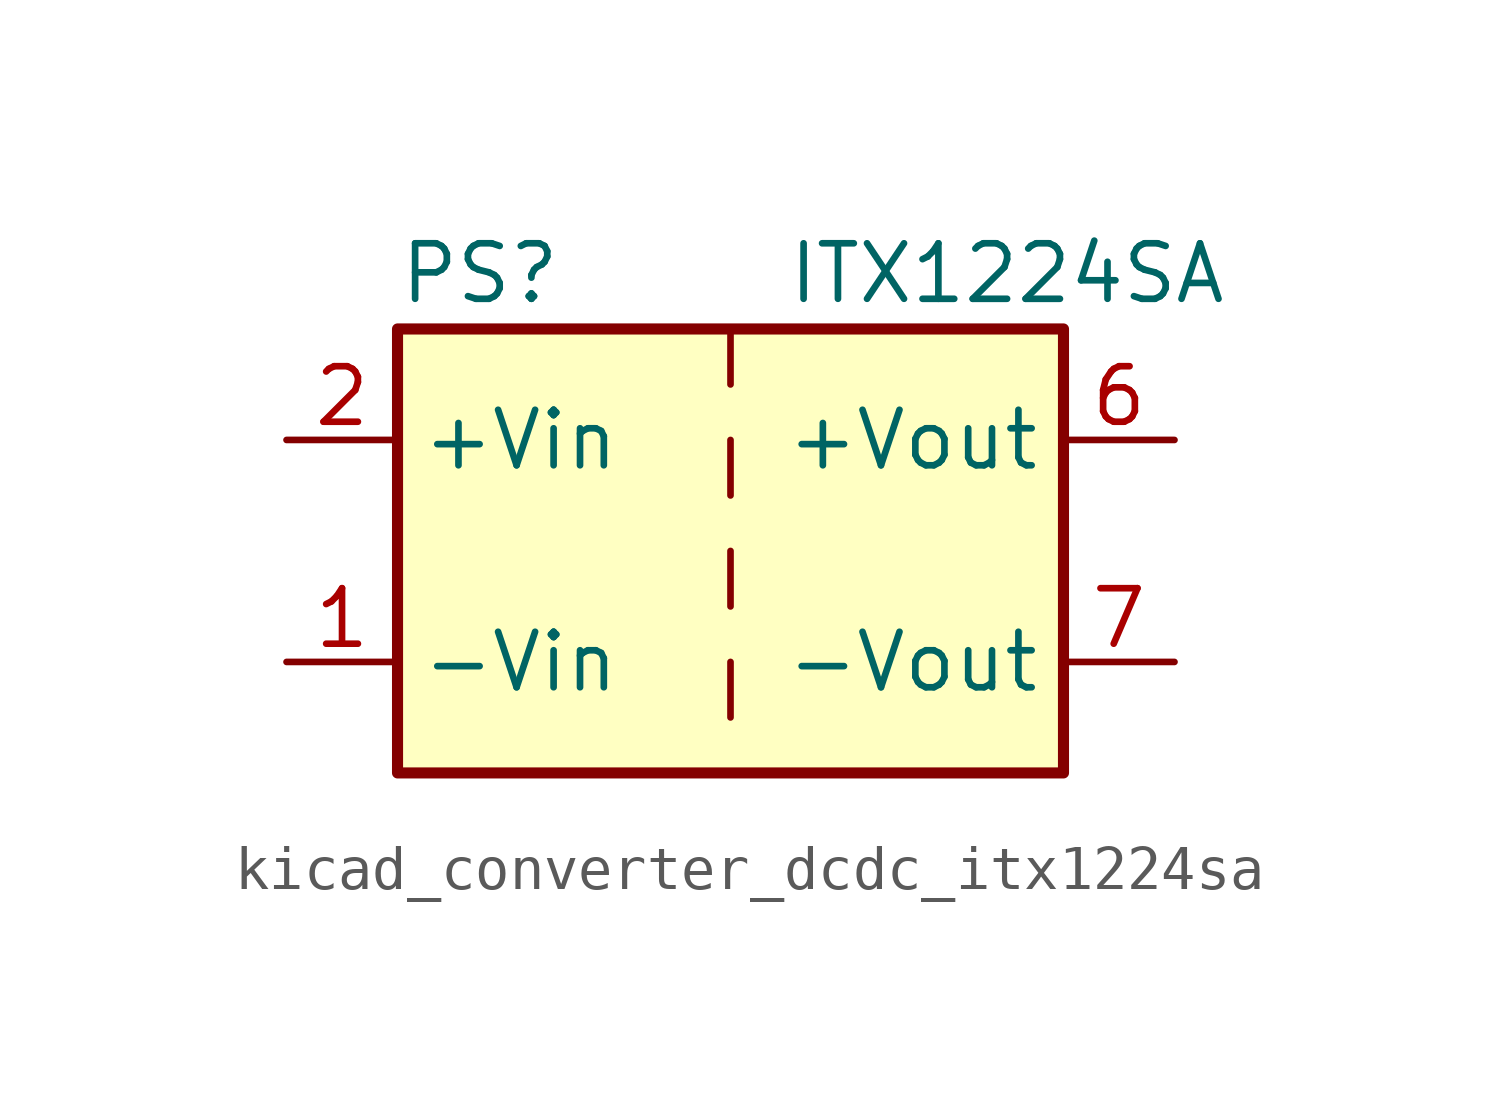
<source format=kicad_sym>
(kicad_symbol_lib
  (version 20220914)
  (generator kicad_symbol_editor)
  (symbol "kicad_converter_dcdc_itx1224sa"
    (property "Reference" "PS"
      (at -7.62 6.35 0)
      (effects (font (size 1.27 1.27)) (justify left)))
    (property "Value" "ITX1224SA"
      (at 1.27 6.35 0)
      (effects (font (size 1.27 1.27)) (justify left)))
    (symbol "kicad_converter_dcdc_itx1224sa_0_0"
      (pin power_in line (at -10.16 -2.54 0) (length 2.54) (name "-Vin" (effects (font (size 1.27 1.27)))) (number "1" (effects (font (size 1.27 1.27)))))
      (pin power_in line (at -10.16 2.54 0) (length 2.54) (name "+Vin" (effects (font (size 1.27 1.27)))) (number "2" (effects (font (size 1.27 1.27)))))
      (pin power_out line (at 10.16 2.54 180) (length 2.54) (name "+Vout" (effects (font (size 1.27 1.27)))) (number "6" (effects (font (size 1.27 1.27)))))
      (pin power_out line (at 10.16 -2.54 180) (length 2.54) (name "-Vout" (effects (font (size 1.27 1.27)))) (number "7" (effects (font (size 1.27 1.27)))))
      (pin no_connect line (at 7.62 0 180) (length 2.54) hide (name "NC" (effects (font (size 1.27 1.27)))) (number "8" (effects (font (size 1.27 1.27))))))
    (symbol "kicad_converter_dcdc_itx1224sa_0_1"
      (rectangle (start -7.62 5.08) (end 7.62 -5.08) (stroke (width 0.254) (type default)) (fill (type background)))
      (polyline (pts (xy 0 -2.54) (xy 0 -3.81)) (stroke (width 0) (type default)) (fill (type none)))
      (polyline (pts (xy 0 0) (xy 0 -1.27)) (stroke (width 0) (type default)) (fill (type none)))
      (polyline (pts (xy 0 2.54) (xy 0 1.27)) (stroke (width 0) (type default)) (fill (type none)))
      (polyline (pts (xy 0 5.08) (xy 0 3.81)) (stroke (width 0) (type default)) (fill (type none))))))
</source>
